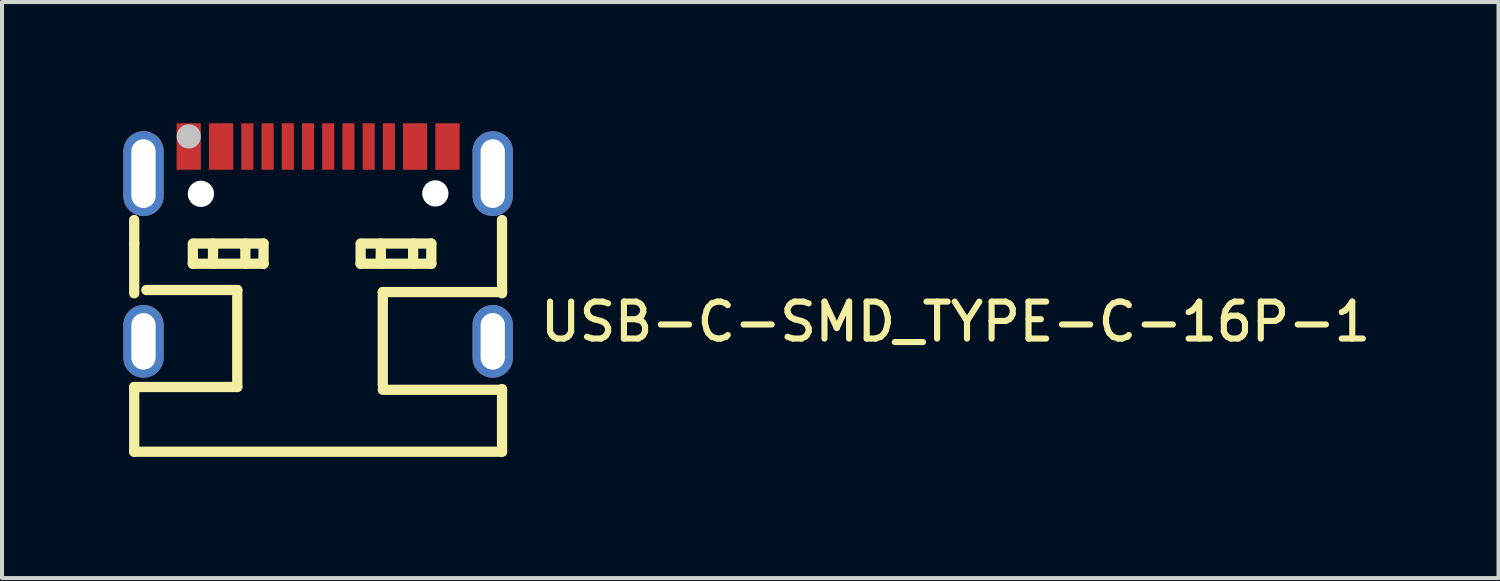
<source format=kicad_pcb>
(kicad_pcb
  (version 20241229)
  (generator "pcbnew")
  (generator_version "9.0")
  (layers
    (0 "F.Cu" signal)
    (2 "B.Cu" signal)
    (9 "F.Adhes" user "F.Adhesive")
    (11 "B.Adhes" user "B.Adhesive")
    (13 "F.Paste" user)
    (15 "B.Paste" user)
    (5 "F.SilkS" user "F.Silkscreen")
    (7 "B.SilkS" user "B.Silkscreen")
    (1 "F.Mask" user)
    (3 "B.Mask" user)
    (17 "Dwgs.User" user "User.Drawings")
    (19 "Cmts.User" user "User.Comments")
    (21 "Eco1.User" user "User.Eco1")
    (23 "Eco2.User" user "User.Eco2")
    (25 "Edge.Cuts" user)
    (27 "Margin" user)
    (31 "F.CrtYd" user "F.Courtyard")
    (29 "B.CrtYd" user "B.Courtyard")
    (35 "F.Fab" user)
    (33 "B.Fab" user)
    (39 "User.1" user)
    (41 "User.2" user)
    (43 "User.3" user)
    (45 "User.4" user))
  (footprint "USB-C-SMD_TYPE-C-16P-1"
    (layer "F.Cu")
    (at 4.82 2.985)
    (property "Reference" "USB-C-SMD_TYPE-C-16P-1" (at 5.42 1.391 0) (layer "F.SilkS") (effects (font (size 0.914 0.914) (thickness 0.152)) (justify left top)))
    (fp_line (start -4.55 -0.01) (end -4.55 -0.591) (stroke (width 0.254) (type default)) (layer "F.SilkS"))
    (fp_line (start -4.55 -0.01) (end -4.55 1.221) (stroke (width 0.254) (type default)) (layer "F.SilkS"))
    (fp_line (start -4.55 3.54) (end -4.55 5.14) (stroke (width 0.254) (type default)) (layer "F.SilkS"))
    (fp_line (start -4.55 5.14) (end 4.55 5.14) (stroke (width 0.254) (type default)) (layer "F.SilkS"))
    (fp_line (start -4.25 1.14) (end -2 1.14) (stroke (width 0.254) (type default)) (layer "F.SilkS"))
    (fp_line (start -3.1 -0.01) (end -3.1 0.49) (stroke (width 0.254) (type default)) (layer "F.SilkS"))
    (fp_line (start -3.1 0.49) (end -1.35 0.49) (stroke (width 0.254) (type default)) (layer "F.SilkS"))
    (fp_line (start -2.6 -0.01) (end -2.6 0.49) (stroke (width 0.254) (type default)) (layer "F.SilkS"))
    (fp_line (start -2 1.14) (end -2 3.54) (stroke (width 0.254) (type default)) (layer "F.SilkS"))
    (fp_line (start -2 3.54) (end -4.55 3.54) (stroke (width 0.254) (type default)) (layer "F.SilkS"))
    (fp_line (start -1.8 -0.01) (end -1.8 0.49) (stroke (width 0.254) (type default)) (layer "F.SilkS"))
    (fp_line (start -1.35 -0.01) (end -3.05 -0.01) (stroke (width 0.254) (type default)) (layer "F.SilkS"))
    (fp_line (start -1.35 0.49) (end -1.35 -0.01) (stroke (width 0.254) (type default)) (layer "F.SilkS"))
    (fp_line (start 1.051 -0.01) (end 1.051 0.49) (stroke (width 0.254) (type default)) (layer "F.SilkS"))
    (fp_line (start 1.051 0.49) (end 2.801 0.49) (stroke (width 0.254) (type default)) (layer "F.SilkS"))
    (fp_line (start 1.551 -0.01) (end 1.551 0.49) (stroke (width 0.254) (type default)) (layer "F.SilkS"))
    (fp_line (start 1.6 1.19) (end 1.6 3.489) (stroke (width 0.254) (type default)) (layer "F.SilkS"))
    (fp_line (start 1.6 1.19) (end 4.55 1.19) (stroke (width 0.254) (type default)) (layer "F.SilkS"))
    (fp_line (start 2.351 -0.01) (end 2.351 0.49) (stroke (width 0.254) (type default)) (layer "F.SilkS"))
    (fp_line (start 2.801 -0.01) (end 1.101 -0.01) (stroke (width 0.254) (type default)) (layer "F.SilkS"))
    (fp_line (start 2.801 0.49) (end 2.801 -0.01) (stroke (width 0.254) (type default)) (layer "F.SilkS"))
    (fp_line (start 4.55 1.221) (end 4.55 -0.591) (stroke (width 0.254) (type default)) (layer "F.SilkS"))
    (fp_line (start 4.55 3.609) (end 1.6 3.609) (stroke (width 0.254) (type default)) (layer "F.SilkS"))
    (fp_line (start 4.55 5.14) (end 4.55 3.59) (stroke (width 0.254) (type default)) (layer "F.SilkS"))
    (fp_circle (center -3.2 -2.66) (end -3.05 -2.66) (stroke (width 0.3) (type default)) (fill no) (layer "Dwgs.User"))
    (fp_circle (center -2.89 -1.24) (end -2.79 -1.24) (stroke (width 0.2) (type default)) (fill no) (layer "Dwgs.User"))
    (fp_circle (center 2.89 -1.24) (end 2.99 -1.24) (stroke (width 0.2) (type default)) (fill no) (layer "Dwgs.User"))
    (fp_circle (center -4.47 -2.76) (end -4.44 -2.76) (stroke (width 0.06) (type default)) (fill no) (layer "User.5"))
    (pad "" np_thru_hole circle (at -2.9 -1.24) (size 0.65 0.65) (drill 0.65) (layers "*.Cu" "*.Mask"))
    (pad "" np_thru_hole circle (at 2.9 -1.25) (size 0.65 0.65) (drill 0.65) (layers "*.Cu" "*.Mask"))
    (pad "A1B12" smd rect (at -3.2 -2.41) (size 0.6 1.15) (layers "F.Cu" "F.Mask" "F.Paste"))
    (pad "A4B9" smd rect (at -2.4 -2.41) (size 0.6 1.15) (layers "F.Cu" "F.Mask" "F.Paste"))
    (pad "A5" smd rect (at -1.25 -2.41) (size 0.3 1.15) (layers "F.Cu" "F.Mask" "F.Paste"))
    (pad "A6" smd rect (at -0.25 -2.41) (size 0.3 1.15) (layers "F.Cu" "F.Mask" "F.Paste"))
    (pad "A7" smd rect (at 0.25 -2.41) (size 0.3 1.15) (layers "F.Cu" "F.Mask" "F.Paste"))
    (pad "A8" smd rect (at 1.25 -2.41) (size 0.3 1.15) (layers "F.Cu" "F.Mask" "F.Paste"))
    (pad "B1A12" smd rect (at 3.2 -2.41) (size 0.6 1.15) (layers "F.Cu" "F.Mask" "F.Paste"))
    (pad "B4A9" smd rect (at 2.4 -2.41) (size 0.6 1.15) (layers "F.Cu" "F.Mask" "F.Paste"))
    (pad "B5" smd rect (at 1.75 -2.41) (size 0.3 1.15) (layers "F.Cu" "F.Mask" "F.Paste"))
    (pad "B6" smd rect (at 0.75 -2.41) (size 0.3 1.15) (layers "F.Cu" "F.Mask" "F.Paste"))
    (pad "B7" smd rect (at -0.75 -2.41) (size 0.3 1.15) (layers "F.Cu" "F.Mask" "F.Paste"))
    (pad "B8" smd rect (at -1.75 -2.41) (size 0.3 1.15) (layers "F.Cu" "F.Mask" "F.Paste"))
    (pad "EP" thru_hole oval (at -4.32 -1.74) (size 1 2.1) (drill oval 0.6 1.7) (layers "*.Cu" "*.Mask"))
    (pad "EP" thru_hole oval (at -4.32 2.41) (size 1 1.8) (drill oval 0.6 1.4) (layers "*.Cu" "*.Mask"))
    (pad "EP" thru_hole oval (at 4.32 -1.74) (size 1 2.1) (drill oval 0.6 1.7) (layers "*.Cu" "*.Mask"))
    (pad "EP" thru_hole oval (at 4.32 2.41) (size 1 1.8) (drill oval 0.6 1.4) (layers "*.Cu" "*.Mask"))
    (zone (net_name "") (layer "F.Paste") (hatch edge 0.5) (priority 100) (connect_pads yes) (min_thickness 0) (filled_areas_thickness no) (fill yes) (polygon (pts (xy 1.32 0.0001) (xy 1.32 1.15) (xy 1.92 1.15) (xy 1.92 0.0001))) (filled_polygon (layer "F.Paste") (island) (pts (xy 1.32 0.0001) (xy 1.32 1.15) (xy 1.92 1.15) (xy 1.92 0.0001))))
    (zone (net_name "") (layer "F.Paste") (hatch edge 0.5) (priority 100) (connect_pads yes) (min_thickness 0) (filled_areas_thickness no) (fill yes) (polygon (pts (xy 2.12 0.0001) (xy 2.12 1.15) (xy 2.72 1.15) (xy 2.72 0.0001))) (filled_polygon (layer "F.Paste") (island) (pts (xy 2.12 0.0001) (xy 2.12 1.15) (xy 2.72 1.15) (xy 2.72 0.0001))))
    (zone (net_name "") (layer "F.Paste") (hatch edge 0.5) (priority 100) (connect_pads yes) (min_thickness 0) (filled_areas_thickness no) (fill yes) (polygon (pts (xy 3.22 1.15) (xy 3.22 0.0001) (xy 2.92 0.0001) (xy 2.92 1.15))) (filled_polygon (layer "F.Paste") (island) (pts (xy 3.22 1.15) (xy 3.22 0.0001) (xy 2.92 0.0001) (xy 2.92 1.15))))
    (zone (net_name "") (layer "F.Paste") (hatch edge 0.5) (priority 100) (connect_pads yes) (min_thickness 0) (filled_areas_thickness no) (fill yes) (polygon (pts (xy 3.72 1.15) (xy 3.72 0.0001) (xy 3.42 0.0001) (xy 3.42 1.15))) (filled_polygon (layer "F.Paste") (island) (pts (xy 3.72 1.15) (xy 3.72 0.0001) (xy 3.42 0.0001) (xy 3.42 1.15))))
    (zone (net_name "") (layer "F.Paste") (hatch edge 0.5) (priority 100) (connect_pads yes) (min_thickness 0) (filled_areas_thickness no) (fill yes) (polygon (pts (xy 4.22 1.15) (xy 4.22 0.0001) (xy 3.92 0.0001) (xy 3.92 1.15))) (filled_polygon (layer "F.Paste") (island) (pts (xy 4.22 1.15) (xy 4.22 0.0001) (xy 3.92 0.0001) (xy 3.92 1.15))))
    (zone (net_name "") (layer "F.Paste") (hatch edge 0.5) (priority 100) (connect_pads yes) (min_thickness 0) (filled_areas_thickness no) (fill yes) (polygon (pts (xy 4.72 1.15) (xy 4.72 0.0001) (xy 4.42 0.0001) (xy 4.42 1.15))) (filled_polygon (layer "F.Paste") (island) (pts (xy 4.72 1.15) (xy 4.72 0.0001) (xy 4.42 0.0001) (xy 4.42 1.15))))
    (zone (net_name "") (layer "F.Paste") (hatch edge 0.5) (priority 100) (connect_pads yes) (min_thickness 0) (filled_areas_thickness no) (fill yes) (polygon (pts (xy 5.22 1.15) (xy 5.22 0.0001) (xy 4.92 0.0001) (xy 4.92 1.15))) (filled_polygon (layer "F.Paste") (island) (pts (xy 5.22 1.15) (xy 5.22 0.0001) (xy 4.92 0.0001) (xy 4.92 1.15))))
    (zone (net_name "") (layer "F.Paste") (hatch edge 0.5) (priority 100) (connect_pads yes) (min_thickness 0) (filled_areas_thickness no) (fill yes) (polygon (pts (xy 5.42 0.0001) (xy 5.42 1.15) (xy 5.72 1.15) (xy 5.72 0.0001))) (filled_polygon (layer "F.Paste") (island) (pts (xy 5.42 0.0001) (xy 5.42 1.15) (xy 5.72 1.15) (xy 5.72 0.0001))))
    (zone (net_name "") (layer "F.Paste") (hatch edge 0.5) (priority 100) (connect_pads yes) (min_thickness 0) (filled_areas_thickness no) (fill yes) (polygon (pts (xy 5.92 0.0001) (xy 5.92 1.15) (xy 6.22 1.15) (xy 6.22 0.0001))) (filled_polygon (layer "F.Paste") (island) (pts (xy 5.92 0.0001) (xy 5.92 1.15) (xy 6.22 1.15) (xy 6.22 0.0001))))
    (zone (net_name "") (layer "F.Paste") (hatch edge 0.5) (priority 100) (connect_pads yes) (min_thickness 0) (filled_areas_thickness no) (fill yes) (polygon (pts (xy 6.72 1.15) (xy 6.72 0.0001) (xy 6.42 0.0001) (xy 6.42 1.15))) (filled_polygon (layer "F.Paste") (island) (pts (xy 6.72 1.15) (xy 6.72 0.0001) (xy 6.42 0.0001) (xy 6.42 1.15))))
    (zone (net_name "") (layer "F.Paste") (hatch edge 0.5) (priority 100) (connect_pads yes) (min_thickness 0) (filled_areas_thickness no) (fill yes) (polygon (pts (xy 7.52 1.15) (xy 7.52 0.0001) (xy 6.92 0.0001) (xy 6.92 1.15))) (filled_polygon (layer "F.Paste") (island) (pts (xy 7.52 1.15) (xy 7.52 0.0001) (xy 6.92 0.0001) (xy 6.92 1.15))))
    (zone (net_name "") (layer "F.Paste") (hatch edge 0.5) (priority 100) (connect_pads yes) (min_thickness 0) (filled_areas_thickness no) (fill yes) (polygon (pts (xy 8.32 1.15) (xy 8.32 0.0001) (xy 7.72 0.0001) (xy 7.72 1.15))) (filled_polygon (layer "F.Paste") (island) (pts (xy 8.32 1.15) (xy 8.32 0.0001) (xy 7.72 0.0001) (xy 7.72 1.15))))
    (zone (net_name "") (layer "F.Paste") (hatch edge 0.5) (priority 100) (connect_pads yes) (min_thickness 0) (filled_areas_thickness no) (fill yes) (polygon (pts (xy 0.487 0.195) (xy 0.463 0.197) (xy 0.438 0.199) (xy 0.413 0.203) (xy 0.389 0.208) (xy 0.365 0.214) (xy 0.341 0.221) (xy 0.317 0.23) (xy 0.294 0.239) (xy 0.272 0.25) (xy 0.25 0.262) (xy 0.229 0.275) (xy 0.208 0.289) (xy 0.188 0.304) (xy 0.169 0.32) (xy 0.151 0.337) (xy 0.133 0.355) (xy 0.117 0.374) (xy 0.101 0.393) (xy 0.087 0.413) (xy 0.073 0.434) (xy 0.061 0.456) (xy 0.05 0.478) (xy 0.039 0.501) (xy 0.03 0.524) (xy 0.022 0.548) (xy 0.015 0.572) (xy 0.01 0.596) (xy 0.006 0.621) (xy 0.003 0.645) (xy 0.001 0.67) (xy 0 0.695) (xy 0 1.795) (xy 0.001 1.82) (xy 0.003 1.845) (xy 0.006 1.87) (xy 0.01 1.894) (xy 0.015 1.919) (xy 0.022 1.942) (xy 0.03 1.966) (xy 0.039 1.989) (xy 0.05 2.012) (xy 0.061 2.034) (xy 0.073 2.056) (xy 0.087 2.077) (xy 0.101 2.097) (xy 0.117 2.116) (xy 0.133 2.135) (xy 0.151 2.153) (xy 0.169 2.17) (xy 0.188 2.186) (xy 0.208 2.201) (xy 0.229 2.215) (xy 0.25 2.228) (xy 0.272 2.24) (xy 0.294 2.251) (xy 0.317 2.26) (xy 0.341 2.269) (xy 0.365 2.276) (xy 0.389 2.283) (xy 0.413 2.288) (xy 0.438 2.291) (xy 0.463 2.294) (xy 0.487 2.295) (xy 0.512 2.295) (xy 0.537 2.294) (xy 0.562 2.291) (xy 0.587 2.288) (xy 0.611 2.283) (xy 0.635 2.276) (xy 0.659 2.269) (xy 0.683 2.26) (xy 0.706 2.251) (xy 0.728 2.24) (xy 0.75 2.228) (xy 0.771 2.215) (xy 0.792 2.201) (xy 0.812 2.186) (xy 0.831 2.17) (xy 0.849 2.153) (xy 0.867 2.135) (xy 0.883 2.116) (xy 0.898 2.097) (xy 0.913 2.077) (xy 0.927 2.056) (xy 0.939 2.034) (xy 0.951 2.012) (xy 0.961 1.989) (xy 0.97 1.966) (xy 0.978 1.942) (xy 0.985 1.919) (xy 0.99 1.894) (xy 0.994 1.87) (xy 0.998 1.845) (xy 0.999 1.82) (xy 1 1.795) (xy 1 0.695) (xy 0.999 0.67) (xy 0.998 0.645) (xy 0.994 0.621) (xy 0.99 0.596) (xy 0.985 0.572) (xy 0.978 0.548) (xy 0.97 0.524) (xy 0.961 0.501) (xy 0.951 0.478) (xy 0.939 0.456) (xy 0.927 0.434) (xy 0.913 0.413) (xy 0.898 0.393) (xy 0.883 0.374) (xy 0.867 0.355) (xy 0.849 0.337) (xy 0.831 0.32) (xy 0.812 0.304) (xy 0.792 0.289) (xy 0.771 0.275) (xy 0.75 0.262) (xy 0.728 0.25) (xy 0.706 0.239) (xy 0.683 0.23) (xy 0.659 0.221) (xy 0.635 0.214) (xy 0.611 0.208) (xy 0.587 0.203) (xy 0.562 0.199) (xy 0.537 0.197) (xy 0.512 0.195))) (filled_polygon (layer "F.Paste") (island) (pts (xy 0.487 0.195) (xy 0.463 0.197) (xy 0.438 0.199) (xy 0.413 0.203) (xy 0.389 0.208) (xy 0.365 0.214) (xy 0.341 0.221) (xy 0.317 0.23) (xy 0.294 0.239) (xy 0.272 0.25) (xy 0.25 0.262) (xy 0.229 0.275) (xy 0.208 0.289) (xy 0.188 0.304) (xy 0.169 0.32) (xy 0.151 0.337) (xy 0.133 0.355) (xy 0.117 0.374) (xy 0.101 0.393) (xy 0.087 0.413) (xy 0.073 0.434) (xy 0.061 0.456) (xy 0.05 0.478) (xy 0.039 0.501) (xy 0.03 0.524) (xy 0.022 0.548) (xy 0.015 0.572) (xy 0.01 0.596) (xy 0.006 0.621) (xy 0.003 0.645) (xy 0.001 0.67) (xy 0 0.695) (xy 0 1.795) (xy 0.001 1.82) (xy 0.003 1.845) (xy 0.006 1.87) (xy 0.01 1.894) (xy 0.015 1.919) (xy 0.022 1.942) (xy 0.03 1.966) (xy 0.039 1.989) (xy 0.05 2.012) (xy 0.061 2.034) (xy 0.073 2.056) (xy 0.087 2.077) (xy 0.101 2.097) (xy 0.117 2.116) (xy 0.133 2.135) (xy 0.151 2.153) (xy 0.169 2.17) (xy 0.188 2.186) (xy 0.208 2.201) (xy 0.229 2.215) (xy 0.25 2.228) (xy 0.272 2.24) (xy 0.294 2.251) (xy 0.317 2.26) (xy 0.341 2.269) (xy 0.365 2.276) (xy 0.389 2.283) (xy 0.413 2.288) (xy 0.438 2.291) (xy 0.463 2.294) (xy 0.487 2.295) (xy 0.512 2.295) (xy 0.537 2.294) (xy 0.562 2.291) (xy 0.587 2.288) (xy 0.611 2.283) (xy 0.635 2.276) (xy 0.659 2.269) (xy 0.683 2.26) (xy 0.706 2.251) (xy 0.728 2.24) (xy 0.75 2.228) (xy 0.771 2.215) (xy 0.792 2.201) (xy 0.812 2.186) (xy 0.831 2.17) (xy 0.849 2.153) (xy 0.867 2.135) (xy 0.883 2.116) (xy 0.898 2.097) (xy 0.913 2.077) (xy 0.927 2.056) (xy 0.939 2.034) (xy 0.951 2.012) (xy 0.961 1.989) (xy 0.97 1.966) (xy 0.978 1.942) (xy 0.985 1.919) (xy 0.99 1.894) (xy 0.994 1.87) (xy 0.998 1.845) (xy 0.999 1.82) (xy 1 1.795) (xy 1 0.695) (xy 0.999 0.67) (xy 0.998 0.645) (xy 0.994 0.621) (xy 0.99 0.596) (xy 0.985 0.572) (xy 0.978 0.548) (xy 0.97 0.524) (xy 0.961 0.501) (xy 0.951 0.478) (xy 0.939 0.456) (xy 0.927 0.434) (xy 0.913 0.413) (xy 0.898 0.393) (xy 0.883 0.374) (xy 0.867 0.355) (xy 0.849 0.337) (xy 0.831 0.32) (xy 0.812 0.304) (xy 0.792 0.289) (xy 0.771 0.275) (xy 0.75 0.262) (xy 0.728 0.25) (xy 0.706 0.239) (xy 0.683 0.23) (xy 0.659 0.221) (xy 0.635 0.214) (xy 0.611 0.208) (xy 0.587 0.203) (xy 0.562 0.199) (xy 0.537 0.197) (xy 0.512 0.195))))
    (zone (net_name "") (layer "F.Paste") (hatch edge 0.5) (priority 100) (connect_pads yes) (min_thickness 0) (filled_areas_thickness no) (fill yes) (polygon (pts (xy 0.537 4.497) (xy 0.512 4.495) (xy 0.487 4.495) (xy 0.463 4.497) (xy 0.438 4.499) (xy 0.413 4.503) (xy 0.389 4.508) (xy 0.365 4.514) (xy 0.341 4.521) (xy 0.317 4.53) (xy 0.294 4.539) (xy 0.272 4.55) (xy 0.25 4.562) (xy 0.229 4.575) (xy 0.208 4.589) (xy 0.188 4.604) (xy 0.169 4.62) (xy 0.151 4.637) (xy 0.133 4.655) (xy 0.117 4.674) (xy 0.101 4.693) (xy 0.087 4.713) (xy 0.073 4.734) (xy 0.061 4.756) (xy 0.05 4.778) (xy 0.039 4.801) (xy 0.03 4.824) (xy 0.022 4.848) (xy 0.015 4.872) (xy 0.01 4.896) (xy 0.006 4.921) (xy 0.003 4.945) (xy 0.001 4.97) (xy 0 4.995) (xy 0 5.795) (xy 0.001 5.82) (xy 0.003 5.845) (xy 0.006 5.87) (xy 0.01 5.894) (xy 0.015 5.918) (xy 0.022 5.942) (xy 0.03 5.966) (xy 0.039 5.989) (xy 0.05 6.012) (xy 0.061 6.034) (xy 0.073 6.056) (xy 0.087 6.077) (xy 0.101 6.097) (xy 0.117 6.117) (xy 0.133 6.135) (xy 0.151 6.153) (xy 0.169 6.17) (xy 0.188 6.186) (xy 0.208 6.201) (xy 0.229 6.215) (xy 0.25 6.228) (xy 0.272 6.24) (xy 0.294 6.251) (xy 0.317 6.261) (xy 0.341 6.269) (xy 0.365 6.277) (xy 0.389 6.283) (xy 0.413 6.288) (xy 0.438 6.291) (xy 0.463 6.294) (xy 0.487 6.295) (xy 0.512 6.295) (xy 0.537 6.294) (xy 0.562 6.291) (xy 0.587 6.288) (xy 0.611 6.283) (xy 0.635 6.277) (xy 0.659 6.269) (xy 0.683 6.261) (xy 0.706 6.251) (xy 0.728 6.24) (xy 0.75 6.228) (xy 0.771 6.215) (xy 0.792 6.201) (xy 0.812 6.186) (xy 0.831 6.17) (xy 0.849 6.153) (xy 0.867 6.135) (xy 0.883 6.117) (xy 0.898 6.097) (xy 0.913 6.077) (xy 0.927 6.056) (xy 0.939 6.034) (xy 0.951 6.012) (xy 0.961 5.989) (xy 0.97 5.966) (xy 0.978 5.942) (xy 0.985 5.918) (xy 0.99 5.894) (xy 0.994 5.87) (xy 0.998 5.845) (xy 0.999 5.82) (xy 1 5.795) (xy 1 4.995) (xy 0.999 4.97) (xy 0.998 4.945) (xy 0.994 4.921) (xy 0.99 4.896) (xy 0.985 4.872) (xy 0.978 4.848) (xy 0.97 4.824) (xy 0.961 4.801) (xy 0.951 4.778) (xy 0.939 4.756) (xy 0.927 4.734) (xy 0.913 4.713) (xy 0.898 4.693) (xy 0.883 4.674) (xy 0.867 4.655) (xy 0.849 4.637) (xy 0.831 4.62) (xy 0.812 4.604) (xy 0.792 4.589) (xy 0.771 4.575) (xy 0.75 4.562) (xy 0.728 4.55) (xy 0.706 4.539) (xy 0.683 4.53) (xy 0.659 4.521) (xy 0.635 4.514) (xy 0.611 4.508) (xy 0.587 4.503) (xy 0.562 4.499))) (filled_polygon (layer "F.Paste") (island) (pts (xy 0.537 4.497) (xy 0.512 4.495) (xy 0.487 4.495) (xy 0.463 4.497) (xy 0.438 4.499) (xy 0.413 4.503) (xy 0.389 4.508) (xy 0.365 4.514) (xy 0.341 4.521) (xy 0.317 4.53) (xy 0.294 4.539) (xy 0.272 4.55) (xy 0.25 4.562) (xy 0.229 4.575) (xy 0.208 4.589) (xy 0.188 4.604) (xy 0.169 4.62) (xy 0.151 4.637) (xy 0.133 4.655) (xy 0.117 4.674) (xy 0.101 4.693) (xy 0.087 4.713) (xy 0.073 4.734) (xy 0.061 4.756) (xy 0.05 4.778) (xy 0.039 4.801) (xy 0.03 4.824) (xy 0.022 4.848) (xy 0.015 4.872) (xy 0.01 4.896) (xy 0.006 4.921) (xy 0.003 4.945) (xy 0.001 4.97) (xy 0 4.995) (xy 0 5.795) (xy 0.001 5.82) (xy 0.003 5.845) (xy 0.006 5.87) (xy 0.01 5.894) (xy 0.015 5.918) (xy 0.022 5.942) (xy 0.03 5.966) (xy 0.039 5.989) (xy 0.05 6.012) (xy 0.061 6.034) (xy 0.073 6.056) (xy 0.087 6.077) (xy 0.101 6.097) (xy 0.117 6.117) (xy 0.133 6.135) (xy 0.151 6.153) (xy 0.169 6.17) (xy 0.188 6.186) (xy 0.208 6.201) (xy 0.229 6.215) (xy 0.25 6.228) (xy 0.272 6.24) (xy 0.294 6.251) (xy 0.317 6.261) (xy 0.341 6.269) (xy 0.365 6.277) (xy 0.389 6.283) (xy 0.413 6.288) (xy 0.438 6.291) (xy 0.463 6.294) (xy 0.487 6.295) (xy 0.512 6.295) (xy 0.537 6.294) (xy 0.562 6.291) (xy 0.587 6.288) (xy 0.611 6.283) (xy 0.635 6.277) (xy 0.659 6.269) (xy 0.683 6.261) (xy 0.706 6.251) (xy 0.728 6.24) (xy 0.75 6.228) (xy 0.771 6.215) (xy 0.792 6.201) (xy 0.812 6.186) (xy 0.831 6.17) (xy 0.849 6.153) (xy 0.867 6.135) (xy 0.883 6.117) (xy 0.898 6.097) (xy 0.913 6.077) (xy 0.927 6.056) (xy 0.939 6.034) (xy 0.951 6.012) (xy 0.961 5.989) (xy 0.97 5.966) (xy 0.978 5.942) (xy 0.985 5.918) (xy 0.99 5.894) (xy 0.994 5.87) (xy 0.998 5.845) (xy 0.999 5.82) (xy 1 5.795) (xy 1 4.995) (xy 0.999 4.97) (xy 0.998 4.945) (xy 0.994 4.921) (xy 0.99 4.896) (xy 0.985 4.872) (xy 0.978 4.848) (xy 0.97 4.824) (xy 0.961 4.801) (xy 0.951 4.778) (xy 0.939 4.756) (xy 0.927 4.734) (xy 0.913 4.713) (xy 0.898 4.693) (xy 0.883 4.674) (xy 0.867 4.655) (xy 0.849 4.637) (xy 0.831 4.62) (xy 0.812 4.604) (xy 0.792 4.589) (xy 0.771 4.575) (xy 0.75 4.562) (xy 0.728 4.55) (xy 0.706 4.539) (xy 0.683 4.53) (xy 0.659 4.521) (xy 0.635 4.514) (xy 0.611 4.508) (xy 0.587 4.503) (xy 0.562 4.499))))
    (zone (net_name "") (layer "F.Paste") (hatch edge 0.5) (priority 100) (connect_pads yes) (min_thickness 0) (filled_areas_thickness no) (fill yes) (polygon (pts (xy 9.128 4.495) (xy 9.103 4.497) (xy 9.078 4.499) (xy 9.053 4.503) (xy 9.029 4.508) (xy 9.005 4.514) (xy 8.981 4.521) (xy 8.957 4.53) (xy 8.934 4.539) (xy 8.912 4.55) (xy 8.89 4.562) (xy 8.869 4.575) (xy 8.848 4.589) (xy 8.828 4.604) (xy 8.809 4.62) (xy 8.791 4.637) (xy 8.774 4.655) (xy 8.757 4.674) (xy 8.742 4.693) (xy 8.727 4.713) (xy 8.713 4.734) (xy 8.701 4.756) (xy 8.69 4.778) (xy 8.679 4.801) (xy 8.67 4.824) (xy 8.662 4.848) (xy 8.655 4.872) (xy 8.65 4.896) (xy 8.646 4.921) (xy 8.643 4.945) (xy 8.641 4.97) (xy 8.64 4.995) (xy 8.64 5.795) (xy 8.641 5.82) (xy 8.643 5.845) (xy 8.646 5.87) (xy 8.65 5.894) (xy 8.655 5.918) (xy 8.662 5.942) (xy 8.67 5.966) (xy 8.679 5.989) (xy 8.69 6.012) (xy 8.701 6.034) (xy 8.713 6.056) (xy 8.727 6.077) (xy 8.742 6.097) (xy 8.757 6.117) (xy 8.774 6.135) (xy 8.791 6.153) (xy 8.809 6.17) (xy 8.828 6.186) (xy 8.848 6.201) (xy 8.869 6.215) (xy 8.89 6.228) (xy 8.912 6.24) (xy 8.934 6.251) (xy 8.957 6.261) (xy 8.981 6.269) (xy 9.005 6.277) (xy 9.029 6.283) (xy 9.053 6.288) (xy 9.078 6.291) (xy 9.103 6.294) (xy 9.128 6.295) (xy 9.152 6.295) (xy 9.177 6.294) (xy 9.202 6.291) (xy 9.227 6.288) (xy 9.251 6.283) (xy 9.275 6.277) (xy 9.299 6.269) (xy 9.323 6.261) (xy 9.346 6.251) (xy 9.368 6.24) (xy 9.39 6.228) (xy 9.411 6.215) (xy 9.432 6.201) (xy 9.452 6.186) (xy 9.471 6.17) (xy 9.489 6.153) (xy 9.507 6.135) (xy 9.523 6.117) (xy 9.539 6.097) (xy 9.553 6.077) (xy 9.567 6.056) (xy 9.579 6.034) (xy 9.591 6.012) (xy 9.601 5.989) (xy 9.61 5.966) (xy 9.618 5.942) (xy 9.625 5.918) (xy 9.63 5.894) (xy 9.634 5.87) (xy 9.637 5.845) (xy 9.639 5.82) (xy 9.64 5.795) (xy 9.64 4.995) (xy 9.639 4.97) (xy 9.637 4.945) (xy 9.634 4.921) (xy 9.63 4.896) (xy 9.625 4.872) (xy 9.618 4.848) (xy 9.61 4.824) (xy 9.601 4.801) (xy 9.591 4.778) (xy 9.579 4.756) (xy 9.567 4.734) (xy 9.553 4.713) (xy 9.539 4.693) (xy 9.523 4.674) (xy 9.507 4.655) (xy 9.489 4.637) (xy 9.471 4.62) (xy 9.452 4.604) (xy 9.432 4.589) (xy 9.411 4.575) (xy 9.39 4.562) (xy 9.368 4.55) (xy 9.346 4.539) (xy 9.323 4.53) (xy 9.299 4.521) (xy 9.275 4.514) (xy 9.251 4.508) (xy 9.227 4.503) (xy 9.202 4.499) (xy 9.177 4.497) (xy 9.152 4.495))) (filled_polygon (layer "F.Paste") (island) (pts (xy 9.128 4.495) (xy 9.103 4.497) (xy 9.078 4.499) (xy 9.053 4.503) (xy 9.029 4.508) (xy 9.005 4.514) (xy 8.981 4.521) (xy 8.957 4.53) (xy 8.934 4.539) (xy 8.912 4.55) (xy 8.89 4.562) (xy 8.869 4.575) (xy 8.848 4.589) (xy 8.828 4.604) (xy 8.809 4.62) (xy 8.791 4.637) (xy 8.774 4.655) (xy 8.757 4.674) (xy 8.742 4.693) (xy 8.727 4.713) (xy 8.713 4.734) (xy 8.701 4.756) (xy 8.69 4.778) (xy 8.679 4.801) (xy 8.67 4.824) (xy 8.662 4.848) (xy 8.655 4.872) (xy 8.65 4.896) (xy 8.646 4.921) (xy 8.643 4.945) (xy 8.641 4.97) (xy 8.64 4.995) (xy 8.64 5.795) (xy 8.641 5.82) (xy 8.643 5.845) (xy 8.646 5.87) (xy 8.65 5.894) (xy 8.655 5.918) (xy 8.662 5.942) (xy 8.67 5.966) (xy 8.679 5.989) (xy 8.69 6.012) (xy 8.701 6.034) (xy 8.713 6.056) (xy 8.727 6.077) (xy 8.742 6.097) (xy 8.757 6.117) (xy 8.774 6.135) (xy 8.791 6.153) (xy 8.809 6.17) (xy 8.828 6.186) (xy 8.848 6.201) (xy 8.869 6.215) (xy 8.89 6.228) (xy 8.912 6.24) (xy 8.934 6.251) (xy 8.957 6.261) (xy 8.981 6.269) (xy 9.005 6.277) (xy 9.029 6.283) (xy 9.053 6.288) (xy 9.078 6.291) (xy 9.103 6.294) (xy 9.128 6.295) (xy 9.152 6.295) (xy 9.177 6.294) (xy 9.202 6.291) (xy 9.227 6.288) (xy 9.251 6.283) (xy 9.275 6.277) (xy 9.299 6.269) (xy 9.323 6.261) (xy 9.346 6.251) (xy 9.368 6.24) (xy 9.39 6.228) (xy 9.411 6.215) (xy 9.432 6.201) (xy 9.452 6.186) (xy 9.471 6.17) (xy 9.489 6.153) (xy 9.507 6.135) (xy 9.523 6.117) (xy 9.539 6.097) (xy 9.553 6.077) (xy 9.567 6.056) (xy 9.579 6.034) (xy 9.591 6.012) (xy 9.601 5.989) (xy 9.61 5.966) (xy 9.618 5.942) (xy 9.625 5.918) (xy 9.63 5.894) (xy 9.634 5.87) (xy 9.637 5.845) (xy 9.639 5.82) (xy 9.64 5.795) (xy 9.64 4.995) (xy 9.639 4.97) (xy 9.637 4.945) (xy 9.634 4.921) (xy 9.63 4.896) (xy 9.625 4.872) (xy 9.618 4.848) (xy 9.61 4.824) (xy 9.601 4.801) (xy 9.591 4.778) (xy 9.579 4.756) (xy 9.567 4.734) (xy 9.553 4.713) (xy 9.539 4.693) (xy 9.523 4.674) (xy 9.507 4.655) (xy 9.489 4.637) (xy 9.471 4.62) (xy 9.452 4.604) (xy 9.432 4.589) (xy 9.411 4.575) (xy 9.39 4.562) (xy 9.368 4.55) (xy 9.346 4.539) (xy 9.323 4.53) (xy 9.299 4.521) (xy 9.275 4.514) (xy 9.251 4.508) (xy 9.227 4.503) (xy 9.202 4.499) (xy 9.177 4.497) (xy 9.152 4.495))))
    (zone (net_name "") (layer "F.Paste") (hatch edge 0.5) (priority 100) (connect_pads yes) (min_thickness 0) (filled_areas_thickness no) (fill yes) (polygon (pts (xy 9.177 0.197) (xy 9.152 0.195) (xy 9.128 0.195) (xy 9.103 0.197) (xy 9.078 0.199) (xy 9.053 0.203) (xy 9.029 0.208) (xy 9.005 0.214) (xy 8.981 0.221) (xy 8.957 0.23) (xy 8.934 0.239) (xy 8.912 0.25) (xy 8.89 0.262) (xy 8.869 0.275) (xy 8.848 0.289) (xy 8.828 0.304) (xy 8.809 0.32) (xy 8.791 0.337) (xy 8.774 0.355) (xy 8.757 0.374) (xy 8.742 0.393) (xy 8.727 0.413) (xy 8.713 0.434) (xy 8.701 0.456) (xy 8.69 0.478) (xy 8.679 0.501) (xy 8.67 0.524) (xy 8.662 0.548) (xy 8.655 0.572) (xy 8.65 0.596) (xy 8.646 0.621) (xy 8.643 0.645) (xy 8.641 0.67) (xy 8.64 0.695) (xy 8.64 1.795) (xy 8.641 1.82) (xy 8.643 1.845) (xy 8.646 1.87) (xy 8.65 1.894) (xy 8.655 1.919) (xy 8.662 1.942) (xy 8.67 1.966) (xy 8.679 1.989) (xy 8.69 2.012) (xy 8.701 2.034) (xy 8.713 2.056) (xy 8.727 2.077) (xy 8.742 2.097) (xy 8.757 2.116) (xy 8.774 2.135) (xy 8.791 2.153) (xy 8.809 2.17) (xy 8.828 2.186) (xy 8.848 2.201) (xy 8.869 2.215) (xy 8.89 2.228) (xy 8.912 2.24) (xy 8.934 2.251) (xy 8.957 2.26) (xy 8.981 2.269) (xy 9.005 2.276) (xy 9.029 2.283) (xy 9.053 2.288) (xy 9.078 2.291) (xy 9.103 2.294) (xy 9.128 2.295) (xy 9.152 2.295) (xy 9.177 2.294) (xy 9.202 2.291) (xy 9.227 2.288) (xy 9.251 2.283) (xy 9.275 2.276) (xy 9.299 2.269) (xy 9.323 2.26) (xy 9.346 2.251) (xy 9.368 2.24) (xy 9.39 2.228) (xy 9.411 2.215) (xy 9.432 2.201) (xy 9.452 2.186) (xy 9.471 2.17) (xy 9.489 2.153) (xy 9.507 2.135) (xy 9.523 2.116) (xy 9.539 2.097) (xy 9.553 2.077) (xy 9.567 2.056) (xy 9.579 2.034) (xy 9.591 2.012) (xy 9.601 1.989) (xy 9.61 1.966) (xy 9.618 1.942) (xy 9.625 1.919) (xy 9.63 1.894) (xy 9.634 1.87) (xy 9.637 1.845) (xy 9.639 1.82) (xy 9.64 1.795) (xy 9.64 0.695) (xy 9.639 0.67) (xy 9.637 0.645) (xy 9.634 0.621) (xy 9.63 0.596) (xy 9.625 0.572) (xy 9.618 0.548) (xy 9.61 0.524) (xy 9.601 0.501) (xy 9.591 0.478) (xy 9.579 0.456) (xy 9.567 0.434) (xy 9.553 0.413) (xy 9.539 0.393) (xy 9.523 0.374) (xy 9.507 0.355) (xy 9.489 0.337) (xy 9.471 0.32) (xy 9.452 0.304) (xy 9.432 0.289) (xy 9.411 0.275) (xy 9.39 0.262) (xy 9.368 0.25) (xy 9.346 0.239) (xy 9.323 0.23) (xy 9.299 0.221) (xy 9.275 0.214) (xy 9.251 0.208) (xy 9.227 0.203) (xy 9.202 0.199))) (filled_polygon (layer "F.Paste") (island) (pts (xy 9.177 0.197) (xy 9.152 0.195) (xy 9.128 0.195) (xy 9.103 0.197) (xy 9.078 0.199) (xy 9.053 0.203) (xy 9.029 0.208) (xy 9.005 0.214) (xy 8.981 0.221) (xy 8.957 0.23) (xy 8.934 0.239) (xy 8.912 0.25) (xy 8.89 0.262) (xy 8.869 0.275) (xy 8.848 0.289) (xy 8.828 0.304) (xy 8.809 0.32) (xy 8.791 0.337) (xy 8.774 0.355) (xy 8.757 0.374) (xy 8.742 0.393) (xy 8.727 0.413) (xy 8.713 0.434) (xy 8.701 0.456) (xy 8.69 0.478) (xy 8.679 0.501) (xy 8.67 0.524) (xy 8.662 0.548) (xy 8.655 0.572) (xy 8.65 0.596) (xy 8.646 0.621) (xy 8.643 0.645) (xy 8.641 0.67) (xy 8.64 0.695) (xy 8.64 1.795) (xy 8.641 1.82) (xy 8.643 1.845) (xy 8.646 1.87) (xy 8.65 1.894) (xy 8.655 1.919) (xy 8.662 1.942) (xy 8.67 1.966) (xy 8.679 1.989) (xy 8.69 2.012) (xy 8.701 2.034) (xy 8.713 2.056) (xy 8.727 2.077) (xy 8.742 2.097) (xy 8.757 2.116) (xy 8.774 2.135) (xy 8.791 2.153) (xy 8.809 2.17) (xy 8.828 2.186) (xy 8.848 2.201) (xy 8.869 2.215) (xy 8.89 2.228) (xy 8.912 2.24) (xy 8.934 2.251) (xy 8.957 2.26) (xy 8.981 2.269) (xy 9.005 2.276) (xy 9.029 2.283) (xy 9.053 2.288) (xy 9.078 2.291) (xy 9.103 2.294) (xy 9.128 2.295) (xy 9.152 2.295) (xy 9.177 2.294) (xy 9.202 2.291) (xy 9.227 2.288) (xy 9.251 2.283) (xy 9.275 2.276) (xy 9.299 2.269) (xy 9.323 2.26) (xy 9.346 2.251) (xy 9.368 2.24) (xy 9.39 2.228) (xy 9.411 2.215) (xy 9.432 2.201) (xy 9.452 2.186) (xy 9.471 2.17) (xy 9.489 2.153) (xy 9.507 2.135) (xy 9.523 2.116) (xy 9.539 2.097) (xy 9.553 2.077) (xy 9.567 2.056) (xy 9.579 2.034) (xy 9.591 2.012) (xy 9.601 1.989) (xy 9.61 1.966) (xy 9.618 1.942) (xy 9.625 1.919) (xy 9.63 1.894) (xy 9.634 1.87) (xy 9.637 1.845) (xy 9.639 1.82) (xy 9.64 1.795) (xy 9.64 0.695) (xy 9.639 0.67) (xy 9.637 0.645) (xy 9.634 0.621) (xy 9.63 0.596) (xy 9.625 0.572) (xy 9.618 0.548) (xy 9.61 0.524) (xy 9.601 0.501) (xy 9.591 0.478) (xy 9.579 0.456) (xy 9.567 0.434) (xy 9.553 0.413) (xy 9.539 0.393) (xy 9.523 0.374) (xy 9.507 0.355) (xy 9.489 0.337) (xy 9.471 0.32) (xy 9.452 0.304) (xy 9.432 0.289) (xy 9.411 0.275) (xy 9.39 0.262) (xy 9.368 0.25) (xy 9.346 0.239) (xy 9.323 0.23) (xy 9.299 0.221) (xy 9.275 0.214) (xy 9.251 0.208) (xy 9.227 0.203) (xy 9.202 0.199))))
    (zone (net_name "") (layer "Dwgs.User") (hatch edge 0.5) (priority 100) (connect_pads yes) (min_thickness 0) (filled_areas_thickness no) (fill yes) (polygon (pts (xy 1.82 7.985) (xy 1.82 3.485) (xy 7.82 3.485) (xy 7.82 7.985) (xy 7.52 7.985) (xy 7.52 3.685) (xy 2.12 3.685) (xy 2.12 7.985))) (filled_polygon (layer "Dwgs.User") (island) (pts (xy 1.82 7.985) (xy 1.82 3.485) (xy 7.82 3.485) (xy 7.82 7.985) (xy 7.52 7.985) (xy 7.52 3.685) (xy 2.12 3.685) (xy 2.12 7.985))))
    (zone (net_name "") (layer "User.3") (hatch edge 0.5) (priority 100) (connect_pads yes) (min_thickness 0) (filled_areas_thickness no) (fill yes) (polygon (pts (xy 0.35 8.035) (xy 0.35 0.535) (xy 9.29 0.535) (xy 9.29 8.035))) (filled_polygon (layer "User.3") (island) (pts (xy 0.35 8.035) (xy 0.35 0.535) (xy 9.29 0.535) (xy 9.29 8.035))))
    (zone (net_name "") (layer "User.4") (hatch edge 0.5) (priority 100) (connect_pads yes) (min_thickness 0) (filled_areas_thickness no) (fill yes) (polygon (pts (xy 0.35 0.695) (xy 0.65 0.695) (xy 0.65 1.795) (xy 0.35 1.795))) (filled_polygon (layer "User.4") (island) (pts (xy 0.35 0.695) (xy 0.65 0.695) (xy 0.65 1.795) (xy 0.35 1.795))))
    (zone (net_name "") (layer "User.4") (hatch edge 0.5) (priority 100) (connect_pads yes) (min_thickness 0) (filled_areas_thickness no) (fill yes) (polygon (pts (xy 0.35 4.995) (xy 0.65 4.995) (xy 0.65 5.795) (xy 0.35 5.795))) (filled_polygon (layer "User.4") (island) (pts (xy 0.35 4.995) (xy 0.65 4.995) (xy 0.65 5.795) (xy 0.35 5.795))))
    (zone (net_name "") (layer "User.4") (hatch edge 0.5) (priority 100) (connect_pads yes) (min_thickness 0) (filled_areas_thickness no) (fill yes) (polygon (pts (xy 1.47 0.225) (xy 1.77 0.225) (xy 1.77 0.925) (xy 1.47 0.925))) (filled_polygon (layer "User.4") (island) (pts (xy 1.47 0.225) (xy 1.77 0.225) (xy 1.77 0.925) (xy 1.47 0.925))))
    (zone (net_name "") (layer "User.4") (hatch edge 0.5) (priority 100) (connect_pads yes) (min_thickness 0) (filled_areas_thickness no) (fill yes) (polygon (pts (xy 2.27 0.225) (xy 2.57 0.225) (xy 2.57 0.925) (xy 2.27 0.925))) (filled_polygon (layer "User.4") (island) (pts (xy 2.27 0.225) (xy 2.57 0.225) (xy 2.57 0.925) (xy 2.27 0.925))))
    (zone (net_name "") (layer "User.4") (hatch edge 0.5) (priority 100) (connect_pads yes) (min_thickness 0) (filled_areas_thickness no) (fill yes) (polygon (pts (xy 2.995 0.225) (xy 3.145 0.225) (xy 3.145 0.925) (xy 2.995 0.925))) (filled_polygon (layer "User.4") (island) (pts (xy 2.995 0.225) (xy 3.145 0.225) (xy 3.145 0.925) (xy 2.995 0.925))))
    (zone (net_name "") (layer "User.4") (hatch edge 0.5) (priority 100) (connect_pads yes) (min_thickness 0) (filled_areas_thickness no) (fill yes) (polygon (pts (xy 3.495 0.225) (xy 3.645 0.225) (xy 3.645 0.925) (xy 3.495 0.925))) (filled_polygon (layer "User.4") (island) (pts (xy 3.495 0.225) (xy 3.645 0.225) (xy 3.645 0.925) (xy 3.495 0.925))))
    (zone (net_name "") (layer "User.4") (hatch edge 0.5) (priority 100) (connect_pads yes) (min_thickness 0) (filled_areas_thickness no) (fill yes) (polygon (pts (xy 3.995 0.225) (xy 4.145 0.225) (xy 4.145 0.925) (xy 3.995 0.925))) (filled_polygon (layer "User.4") (island) (pts (xy 3.995 0.225) (xy 4.145 0.225) (xy 4.145 0.925) (xy 3.995 0.925))))
    (zone (net_name "") (layer "User.4") (hatch edge 0.5) (priority 100) (connect_pads yes) (min_thickness 0) (filled_areas_thickness no) (fill yes) (polygon (pts (xy 4.495 0.225) (xy 4.645 0.225) (xy 4.645 0.925) (xy 4.495 0.925))) (filled_polygon (layer "User.4") (island) (pts (xy 4.495 0.225) (xy 4.645 0.225) (xy 4.645 0.925) (xy 4.495 0.925))))
    (zone (net_name "") (layer "User.4") (hatch edge 0.5) (priority 100) (connect_pads yes) (min_thickness 0) (filled_areas_thickness no) (fill yes) (polygon (pts (xy 4.995 0.225) (xy 5.145 0.225) (xy 5.145 0.925) (xy 4.995 0.925))) (filled_polygon (layer "User.4") (island) (pts (xy 4.995 0.225) (xy 5.145 0.225) (xy 5.145 0.925) (xy 4.995 0.925))))
    (zone (net_name "") (layer "User.4") (hatch edge 0.5) (priority 100) (connect_pads yes) (min_thickness 0) (filled_areas_thickness no) (fill yes) (polygon (pts (xy 5.495 0.225) (xy 5.645 0.225) (xy 5.645 0.925) (xy 5.495 0.925))) (filled_polygon (layer "User.4") (island) (pts (xy 5.495 0.225) (xy 5.645 0.225) (xy 5.645 0.925) (xy 5.495 0.925))))
    (zone (net_name "") (layer "User.4") (hatch edge 0.5) (priority 100) (connect_pads yes) (min_thickness 0) (filled_areas_thickness no) (fill yes) (polygon (pts (xy 5.995 0.225) (xy 6.145 0.225) (xy 6.145 0.925) (xy 5.995 0.925))) (filled_polygon (layer "User.4") (island) (pts (xy 5.995 0.225) (xy 6.145 0.225) (xy 6.145 0.925) (xy 5.995 0.925))))
    (zone (net_name "") (layer "User.4") (hatch edge 0.5) (priority 100) (connect_pads yes) (min_thickness 0) (filled_areas_thickness no) (fill yes) (polygon (pts (xy 6.495 0.225) (xy 6.645 0.225) (xy 6.645 0.925) (xy 6.495 0.925))) (filled_polygon (layer "User.4") (island) (pts (xy 6.495 0.225) (xy 6.645 0.225) (xy 6.645 0.925) (xy 6.495 0.925))))
    (zone (net_name "") (layer "User.4") (hatch edge 0.5) (priority 100) (connect_pads yes) (min_thickness 0) (filled_areas_thickness no) (fill yes) (polygon (pts (xy 7.07 0.225) (xy 7.37 0.225) (xy 7.37 0.925) (xy 7.07 0.925))) (filled_polygon (layer "User.4") (island) (pts (xy 7.07 0.225) (xy 7.37 0.225) (xy 7.37 0.925) (xy 7.07 0.925))))
    (zone (net_name "") (layer "User.4") (hatch edge 0.5) (priority 100) (connect_pads yes) (min_thickness 0) (filled_areas_thickness no) (fill yes) (polygon (pts (xy 7.87 0.225) (xy 8.17 0.225) (xy 8.17 0.925) (xy 7.87 0.925))) (filled_polygon (layer "User.4") (island) (pts (xy 7.87 0.225) (xy 8.17 0.225) (xy 8.17 0.925) (xy 7.87 0.925))))
    (zone (net_name "") (layer "User.4") (hatch edge 0.5) (priority 100) (connect_pads yes) (min_thickness 0) (filled_areas_thickness no) (fill yes) (polygon (pts (xy 8.99 0.695) (xy 9.29 0.695) (xy 9.29 1.795) (xy 8.99 1.795))) (filled_polygon (layer "User.4") (island) (pts (xy 8.99 0.695) (xy 9.29 0.695) (xy 9.29 1.795) (xy 8.99 1.795))))
    (zone (net_name "") (layer "User.4") (hatch edge 0.5) (priority 100) (connect_pads yes) (min_thickness 0) (filled_areas_thickness no) (fill yes) (polygon (pts (xy 8.99 4.995) (xy 9.29 4.995) (xy 9.29 5.795) (xy 8.99 5.795))) (filled_polygon (layer "User.4") (island) (pts (xy 8.99 4.995) (xy 9.29 4.995) (xy 9.29 5.795) (xy 8.99 5.795)))))
  (gr_rect
    (start -3 -3)
    (end 34.023 11.252)
    (stroke (width 0.1) (type default))
    (fill no)
    (layer "Edge.Cuts")))
</source>
